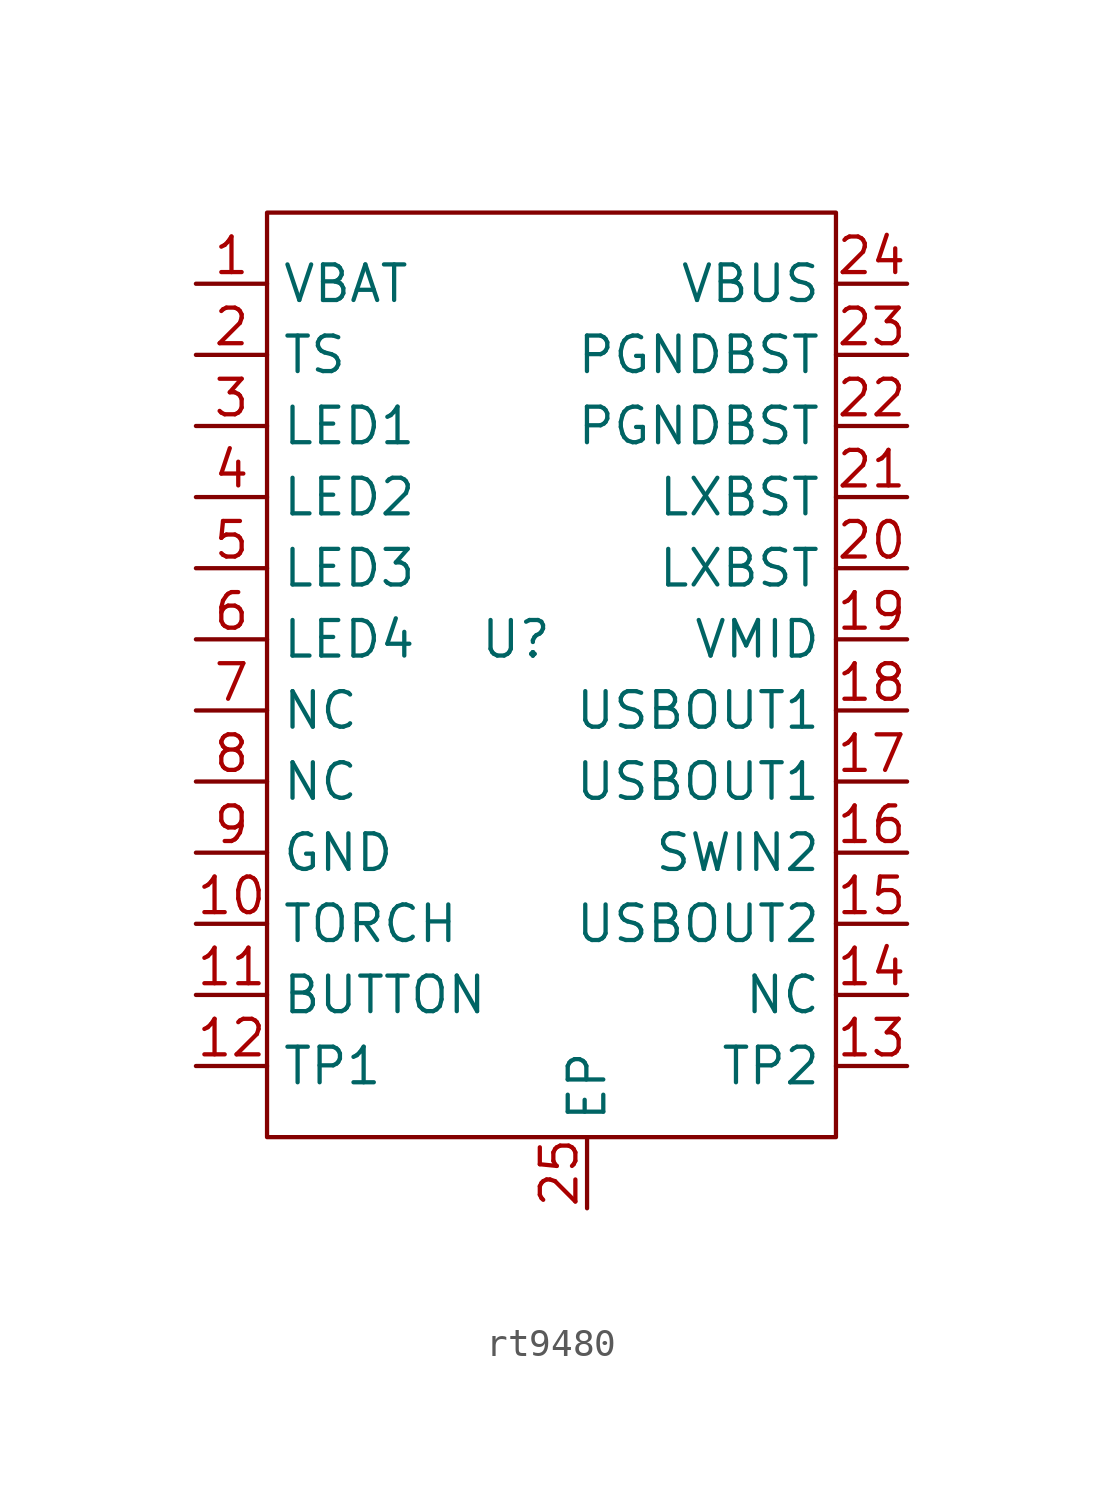
<source format=kicad_sym>
(kicad_symbol_lib
  (version 20220914)
  (generator kicad_symbol_editor)
  (symbol "rt9480"
    (property "Reference" "U"
      (at 6.35 -8.89 0)
      (effects (font (size 1.27 1.27))))
    (property "Value" ""
      (at 0 0 0)
      (effects (font (size 1.27 1.27))))
    (symbol "rt9480_0_1"
      (rectangle (start -2.54 6.35) (end 17.78 -26.67) (stroke (width 0) (type default)) (fill (type none))))
    (symbol "rt9480_1_1"
      (pin input line (at -5.08 3.81 0) (length 2.54) (name "VBAT" (effects (font (size 1.27 1.27)))) (number "1" (effects (font (size 1.27 1.27)))))
      (pin input line (at -5.08 -19.05 0) (length 2.54) (name "TORCH" (effects (font (size 1.27 1.27)))) (number "10" (effects (font (size 1.27 1.27)))))
      (pin input line (at -5.08 -21.59 0) (length 2.54) (name "BUTTON" (effects (font (size 1.27 1.27)))) (number "11" (effects (font (size 1.27 1.27)))))
      (pin input line (at -5.08 -24.13 0) (length 2.54) (name "TP1" (effects (font (size 1.27 1.27)))) (number "12" (effects (font (size 1.27 1.27)))))
      (pin input line (at 20.32 -24.13 180) (length 2.54) (name "TP2" (effects (font (size 1.27 1.27)))) (number "13" (effects (font (size 1.27 1.27)))))
      (pin input line (at 20.32 -21.59 180) (length 2.54) (name "NC" (effects (font (size 1.27 1.27)))) (number "14" (effects (font (size 1.27 1.27)))))
      (pin input line (at 20.32 -19.05 180) (length 2.54) (name "USBOUT2" (effects (font (size 1.27 1.27)))) (number "15" (effects (font (size 1.27 1.27)))))
      (pin input line (at 20.32 -16.51 180) (length 2.54) (name "SWIN2" (effects (font (size 1.27 1.27)))) (number "16" (effects (font (size 1.27 1.27)))))
      (pin input line (at 20.32 -13.97 180) (length 2.54) (name "USBOUT1" (effects (font (size 1.27 1.27)))) (number "17" (effects (font (size 1.27 1.27)))))
      (pin input line (at 20.32 -11.43 180) (length 2.54) (name "USBOUT1" (effects (font (size 1.27 1.27)))) (number "18" (effects (font (size 1.27 1.27)))))
      (pin input line (at 20.32 -8.89 180) (length 2.54) (name "VMID" (effects (font (size 1.27 1.27)))) (number "19" (effects (font (size 1.27 1.27)))))
      (pin input line (at -5.08 1.27 0) (length 2.54) (name "TS" (effects (font (size 1.27 1.27)))) (number "2" (effects (font (size 1.27 1.27)))))
      (pin input line (at 20.32 -6.35 180) (length 2.54) (name "LXBST" (effects (font (size 1.27 1.27)))) (number "20" (effects (font (size 1.27 1.27)))))
      (pin input line (at 20.32 -3.81 180) (length 2.54) (name "LXBST" (effects (font (size 1.27 1.27)))) (number "21" (effects (font (size 1.27 1.27)))))
      (pin input line (at 20.32 -1.27 180) (length 2.54) (name "PGNDBST" (effects (font (size 1.27 1.27)))) (number "22" (effects (font (size 1.27 1.27)))))
      (pin input line (at 20.32 1.27 180) (length 2.54) (name "PGNDBST" (effects (font (size 1.27 1.27)))) (number "23" (effects (font (size 1.27 1.27)))))
      (pin input line (at 20.32 3.81 180) (length 2.54) (name "VBUS" (effects (font (size 1.27 1.27)))) (number "24" (effects (font (size 1.27 1.27)))))
      (pin input line (at 8.89 -29.21 90) (length 2.54) (name "EP" (effects (font (size 1.27 1.27)))) (number "25" (effects (font (size 1.27 1.27)))))
      (pin input line (at -5.08 -1.27 0) (length 2.54) (name "LED1" (effects (font (size 1.27 1.27)))) (number "3" (effects (font (size 1.27 1.27)))))
      (pin input line (at -5.08 -3.81 0) (length 2.54) (name "LED2" (effects (font (size 1.27 1.27)))) (number "4" (effects (font (size 1.27 1.27)))))
      (pin input line (at -5.08 -6.35 0) (length 2.54) (name "LED3" (effects (font (size 1.27 1.27)))) (number "5" (effects (font (size 1.27 1.27)))))
      (pin input line (at -5.08 -8.89 0) (length 2.54) (name "LED4" (effects (font (size 1.27 1.27)))) (number "6" (effects (font (size 1.27 1.27)))))
      (pin input line (at -5.08 -11.43 0) (length 2.54) (name "NC" (effects (font (size 1.27 1.27)))) (number "7" (effects (font (size 1.27 1.27)))))
      (pin input line (at -5.08 -13.97 0) (length 2.54) (name "NC" (effects (font (size 1.27 1.27)))) (number "8" (effects (font (size 1.27 1.27)))))
      (pin input line (at -5.08 -16.51 0) (length 2.54) (name "GND" (effects (font (size 1.27 1.27)))) (number "9" (effects (font (size 1.27 1.27))))))))
</source>
